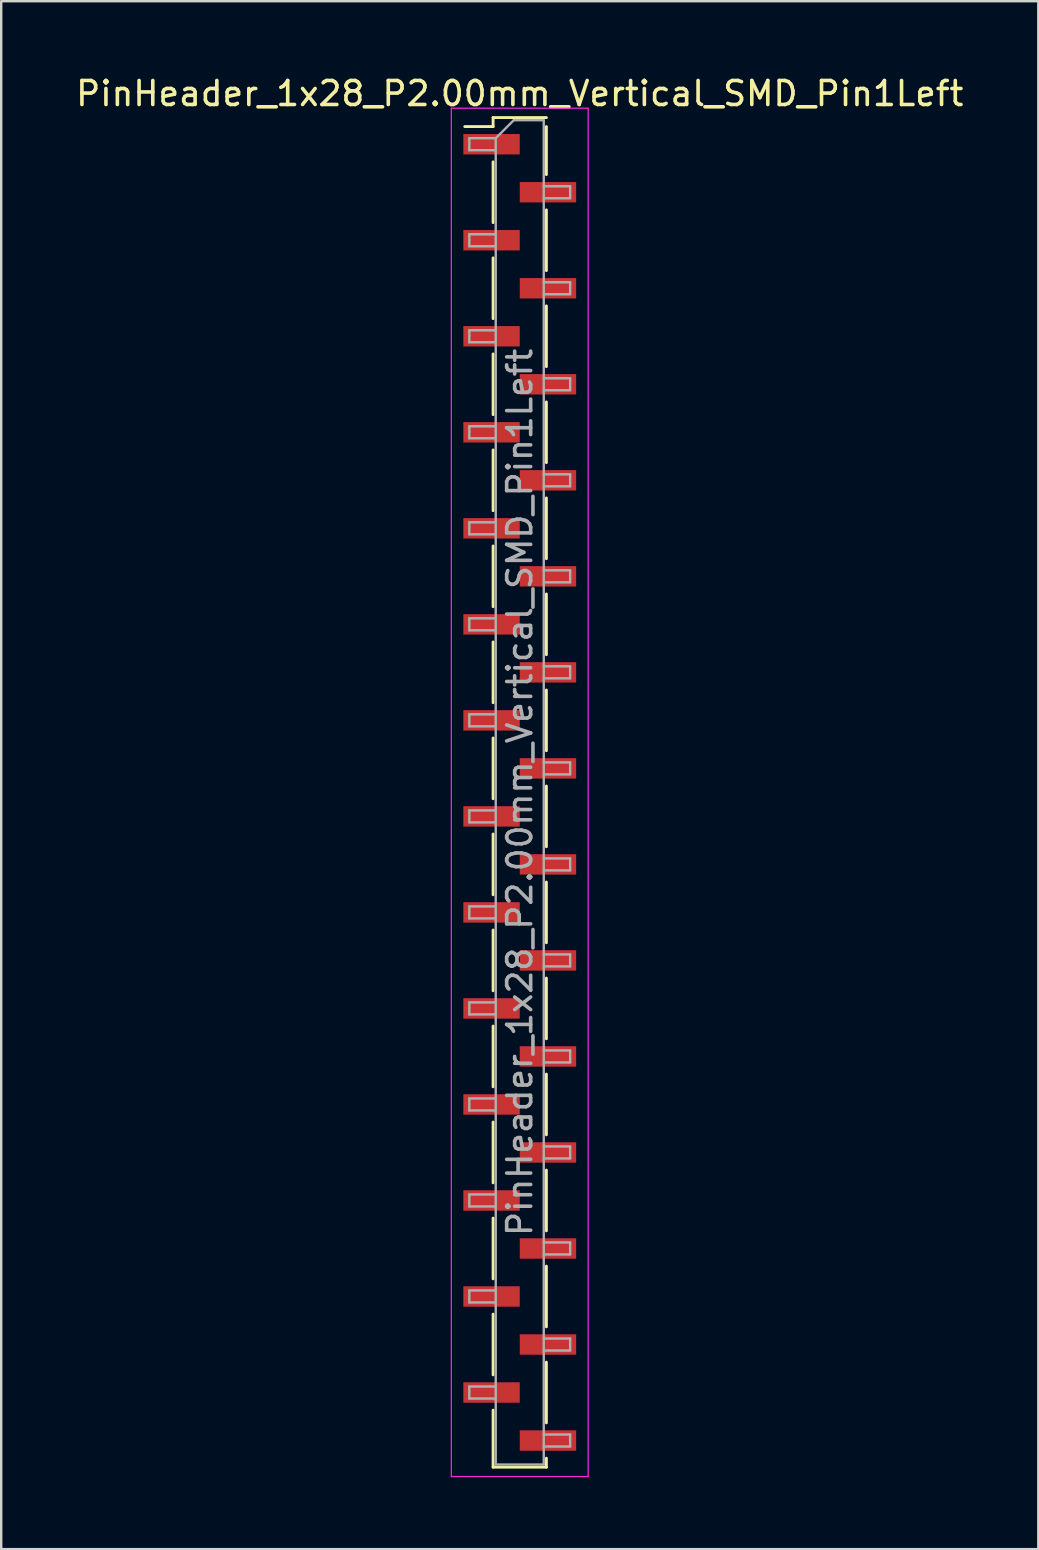
<source format=kicad_pcb>
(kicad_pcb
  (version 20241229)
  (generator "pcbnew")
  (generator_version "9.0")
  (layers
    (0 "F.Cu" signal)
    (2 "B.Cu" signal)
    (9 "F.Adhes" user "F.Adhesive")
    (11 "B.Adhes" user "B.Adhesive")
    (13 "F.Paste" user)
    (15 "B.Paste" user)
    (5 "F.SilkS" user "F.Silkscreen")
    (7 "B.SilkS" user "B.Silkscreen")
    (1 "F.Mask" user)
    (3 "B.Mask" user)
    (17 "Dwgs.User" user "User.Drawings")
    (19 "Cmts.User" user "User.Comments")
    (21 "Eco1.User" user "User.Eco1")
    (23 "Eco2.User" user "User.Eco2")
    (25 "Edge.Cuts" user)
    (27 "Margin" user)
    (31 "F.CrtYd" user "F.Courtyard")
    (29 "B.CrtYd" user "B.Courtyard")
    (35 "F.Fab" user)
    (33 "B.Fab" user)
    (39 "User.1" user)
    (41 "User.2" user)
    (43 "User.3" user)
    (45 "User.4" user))
  (footprint "PinHeader_1x28_P2.00mm_Vertical_SMD_Pin1Left"
    (layer "F.Cu")
    (at 18.601 29.958)
    (property "Reference" "PinHeader_1x28_P2.00mm_Vertical_SMD_Pin1Left" (at 0 -29.11 0) (layer "F.SilkS") (effects (font (size 1 1) (thickness 0.15))))
    (attr smd)
    (fp_line (start -1.11 -28.11) (end -1.11 -27.735) (stroke (width 0.12) (type solid)) (layer "F.SilkS"))
    (fp_line (start -1.11 -28.11) (end 1.11 -28.11) (stroke (width 0.12) (type solid)) (layer "F.SilkS"))
    (fp_line (start -1.11 -27.735) (end -2.29 -27.735) (stroke (width 0.12) (type solid)) (layer "F.SilkS"))
    (fp_line (start -1.11 -26.265) (end -1.11 -23.735) (stroke (width 0.12) (type solid)) (layer "F.SilkS"))
    (fp_line (start -1.11 -22.265) (end -1.11 -19.735) (stroke (width 0.12) (type solid)) (layer "F.SilkS"))
    (fp_line (start -1.11 -18.265) (end -1.11 -15.735) (stroke (width 0.12) (type solid)) (layer "F.SilkS"))
    (fp_line (start -1.11 -14.265) (end -1.11 -11.735) (stroke (width 0.12) (type solid)) (layer "F.SilkS"))
    (fp_line (start -1.11 -10.265) (end -1.11 -7.735) (stroke (width 0.12) (type solid)) (layer "F.SilkS"))
    (fp_line (start -1.11 -6.265) (end -1.11 -3.735) (stroke (width 0.12) (type solid)) (layer "F.SilkS"))
    (fp_line (start -1.11 -2.265) (end -1.11 0.265) (stroke (width 0.12) (type solid)) (layer "F.SilkS"))
    (fp_line (start -1.11 1.735) (end -1.11 4.265) (stroke (width 0.12) (type solid)) (layer "F.SilkS"))
    (fp_line (start -1.11 5.735) (end -1.11 8.265) (stroke (width 0.12) (type solid)) (layer "F.SilkS"))
    (fp_line (start -1.11 9.735) (end -1.11 12.265) (stroke (width 0.12) (type solid)) (layer "F.SilkS"))
    (fp_line (start -1.11 13.735) (end -1.11 16.265) (stroke (width 0.12) (type solid)) (layer "F.SilkS"))
    (fp_line (start -1.11 17.735) (end -1.11 20.265) (stroke (width 0.12) (type solid)) (layer "F.SilkS"))
    (fp_line (start -1.11 21.735) (end -1.11 24.265) (stroke (width 0.12) (type solid)) (layer "F.SilkS"))
    (fp_line (start -1.11 25.735) (end -1.11 28.11) (stroke (width 0.12) (type solid)) (layer "F.SilkS"))
    (fp_line (start -1.11 28.11) (end 1.11 28.11) (stroke (width 0.12) (type solid)) (layer "F.SilkS"))
    (fp_line (start 1.11 -27.735) (end 1.11 -25.735) (stroke (width 0.12) (type solid)) (layer "F.SilkS"))
    (fp_line (start 1.11 -24.265) (end 1.11 -21.735) (stroke (width 0.12) (type solid)) (layer "F.SilkS"))
    (fp_line (start 1.11 -20.265) (end 1.11 -17.735) (stroke (width 0.12) (type solid)) (layer "F.SilkS"))
    (fp_line (start 1.11 -16.265) (end 1.11 -13.735) (stroke (width 0.12) (type solid)) (layer "F.SilkS"))
    (fp_line (start 1.11 -12.265) (end 1.11 -9.735) (stroke (width 0.12) (type solid)) (layer "F.SilkS"))
    (fp_line (start 1.11 -8.265) (end 1.11 -5.735) (stroke (width 0.12) (type solid)) (layer "F.SilkS"))
    (fp_line (start 1.11 -4.265) (end 1.11 -1.735) (stroke (width 0.12) (type solid)) (layer "F.SilkS"))
    (fp_line (start 1.11 -0.265) (end 1.11 2.265) (stroke (width 0.12) (type solid)) (layer "F.SilkS"))
    (fp_line (start 1.11 3.735) (end 1.11 6.265) (stroke (width 0.12) (type solid)) (layer "F.SilkS"))
    (fp_line (start 1.11 7.735) (end 1.11 10.265) (stroke (width 0.12) (type solid)) (layer "F.SilkS"))
    (fp_line (start 1.11 11.735) (end 1.11 14.265) (stroke (width 0.12) (type solid)) (layer "F.SilkS"))
    (fp_line (start 1.11 15.735) (end 1.11 18.265) (stroke (width 0.12) (type solid)) (layer "F.SilkS"))
    (fp_line (start 1.11 19.735) (end 1.11 22.265) (stroke (width 0.12) (type solid)) (layer "F.SilkS"))
    (fp_line (start 1.11 23.735) (end 1.11 26.265) (stroke (width 0.12) (type solid)) (layer "F.SilkS"))
    (fp_line (start 1.11 27.735) (end 1.11 28.11) (stroke (width 0.12) (type solid)) (layer "F.SilkS"))
    (fp_line (start -2.85 -28.5) (end -2.85 28.5) (stroke (width 0.05) (type solid)) (layer "F.CrtYd"))
    (fp_line (start -2.85 28.5) (end 2.85 28.5) (stroke (width 0.05) (type solid)) (layer "F.CrtYd"))
    (fp_line (start 2.85 -28.5) (end -2.85 -28.5) (stroke (width 0.05) (type solid)) (layer "F.CrtYd"))
    (fp_line (start 2.85 28.5) (end 2.85 -28.5) (stroke (width 0.05) (type solid)) (layer "F.CrtYd"))
    (fp_line (start -2.1 -27.25) (end -2.1 -26.75) (stroke (width 0.1) (type solid)) (layer "F.Fab"))
    (fp_line (start -2.1 -26.75) (end -1 -26.75) (stroke (width 0.1) (type solid)) (layer "F.Fab"))
    (fp_line (start -2.1 -23.25) (end -2.1 -22.75) (stroke (width 0.1) (type solid)) (layer "F.Fab"))
    (fp_line (start -2.1 -22.75) (end -1 -22.75) (stroke (width 0.1) (type solid)) (layer "F.Fab"))
    (fp_line (start -2.1 -19.25) (end -2.1 -18.75) (stroke (width 0.1) (type solid)) (layer "F.Fab"))
    (fp_line (start -2.1 -18.75) (end -1 -18.75) (stroke (width 0.1) (type solid)) (layer "F.Fab"))
    (fp_line (start -2.1 -15.25) (end -2.1 -14.75) (stroke (width 0.1) (type solid)) (layer "F.Fab"))
    (fp_line (start -2.1 -14.75) (end -1 -14.75) (stroke (width 0.1) (type solid)) (layer "F.Fab"))
    (fp_line (start -2.1 -11.25) (end -2.1 -10.75) (stroke (width 0.1) (type solid)) (layer "F.Fab"))
    (fp_line (start -2.1 -10.75) (end -1 -10.75) (stroke (width 0.1) (type solid)) (layer "F.Fab"))
    (fp_line (start -2.1 -7.25) (end -2.1 -6.75) (stroke (width 0.1) (type solid)) (layer "F.Fab"))
    (fp_line (start -2.1 -6.75) (end -1 -6.75) (stroke (width 0.1) (type solid)) (layer "F.Fab"))
    (fp_line (start -2.1 -3.25) (end -2.1 -2.75) (stroke (width 0.1) (type solid)) (layer "F.Fab"))
    (fp_line (start -2.1 -2.75) (end -1 -2.75) (stroke (width 0.1) (type solid)) (layer "F.Fab"))
    (fp_line (start -2.1 0.75) (end -2.1 1.25) (stroke (width 0.1) (type solid)) (layer "F.Fab"))
    (fp_line (start -2.1 1.25) (end -1 1.25) (stroke (width 0.1) (type solid)) (layer "F.Fab"))
    (fp_line (start -2.1 4.75) (end -2.1 5.25) (stroke (width 0.1) (type solid)) (layer "F.Fab"))
    (fp_line (start -2.1 5.25) (end -1 5.25) (stroke (width 0.1) (type solid)) (layer "F.Fab"))
    (fp_line (start -2.1 8.75) (end -2.1 9.25) (stroke (width 0.1) (type solid)) (layer "F.Fab"))
    (fp_line (start -2.1 9.25) (end -1 9.25) (stroke (width 0.1) (type solid)) (layer "F.Fab"))
    (fp_line (start -2.1 12.75) (end -2.1 13.25) (stroke (width 0.1) (type solid)) (layer "F.Fab"))
    (fp_line (start -2.1 13.25) (end -1 13.25) (stroke (width 0.1) (type solid)) (layer "F.Fab"))
    (fp_line (start -2.1 16.75) (end -2.1 17.25) (stroke (width 0.1) (type solid)) (layer "F.Fab"))
    (fp_line (start -2.1 17.25) (end -1 17.25) (stroke (width 0.1) (type solid)) (layer "F.Fab"))
    (fp_line (start -2.1 20.75) (end -2.1 21.25) (stroke (width 0.1) (type solid)) (layer "F.Fab"))
    (fp_line (start -2.1 21.25) (end -1 21.25) (stroke (width 0.1) (type solid)) (layer "F.Fab"))
    (fp_line (start -2.1 24.75) (end -2.1 25.25) (stroke (width 0.1) (type solid)) (layer "F.Fab"))
    (fp_line (start -2.1 25.25) (end -1 25.25) (stroke (width 0.1) (type solid)) (layer "F.Fab"))
    (fp_line (start -1 -27.25) (end -2.1 -27.25) (stroke (width 0.1) (type solid)) (layer "F.Fab"))
    (fp_line (start -1 -27.25) (end -0.25 -28) (stroke (width 0.1) (type solid)) (layer "F.Fab"))
    (fp_line (start -1 -23.25) (end -2.1 -23.25) (stroke (width 0.1) (type solid)) (layer "F.Fab"))
    (fp_line (start -1 -19.25) (end -2.1 -19.25) (stroke (width 0.1) (type solid)) (layer "F.Fab"))
    (fp_line (start -1 -15.25) (end -2.1 -15.25) (stroke (width 0.1) (type solid)) (layer "F.Fab"))
    (fp_line (start -1 -11.25) (end -2.1 -11.25) (stroke (width 0.1) (type solid)) (layer "F.Fab"))
    (fp_line (start -1 -7.25) (end -2.1 -7.25) (stroke (width 0.1) (type solid)) (layer "F.Fab"))
    (fp_line (start -1 -3.25) (end -2.1 -3.25) (stroke (width 0.1) (type solid)) (layer "F.Fab"))
    (fp_line (start -1 0.75) (end -2.1 0.75) (stroke (width 0.1) (type solid)) (layer "F.Fab"))
    (fp_line (start -1 4.75) (end -2.1 4.75) (stroke (width 0.1) (type solid)) (layer "F.Fab"))
    (fp_line (start -1 8.75) (end -2.1 8.75) (stroke (width 0.1) (type solid)) (layer "F.Fab"))
    (fp_line (start -1 12.75) (end -2.1 12.75) (stroke (width 0.1) (type solid)) (layer "F.Fab"))
    (fp_line (start -1 16.75) (end -2.1 16.75) (stroke (width 0.1) (type solid)) (layer "F.Fab"))
    (fp_line (start -1 20.75) (end -2.1 20.75) (stroke (width 0.1) (type solid)) (layer "F.Fab"))
    (fp_line (start -1 24.75) (end -2.1 24.75) (stroke (width 0.1) (type solid)) (layer "F.Fab"))
    (fp_line (start -1 28) (end -1 -27.25) (stroke (width 0.1) (type solid)) (layer "F.Fab"))
    (fp_line (start -0.25 -28) (end 1 -28) (stroke (width 0.1) (type solid)) (layer "F.Fab"))
    (fp_line (start 1 -28) (end 1 28) (stroke (width 0.1) (type solid)) (layer "F.Fab"))
    (fp_line (start 1 -25.25) (end 2.1 -25.25) (stroke (width 0.1) (type solid)) (layer "F.Fab"))
    (fp_line (start 1 -21.25) (end 2.1 -21.25) (stroke (width 0.1) (type solid)) (layer "F.Fab"))
    (fp_line (start 1 -17.25) (end 2.1 -17.25) (stroke (width 0.1) (type solid)) (layer "F.Fab"))
    (fp_line (start 1 -13.25) (end 2.1 -13.25) (stroke (width 0.1) (type solid)) (layer "F.Fab"))
    (fp_line (start 1 -9.25) (end 2.1 -9.25) (stroke (width 0.1) (type solid)) (layer "F.Fab"))
    (fp_line (start 1 -5.25) (end 2.1 -5.25) (stroke (width 0.1) (type solid)) (layer "F.Fab"))
    (fp_line (start 1 -1.25) (end 2.1 -1.25) (stroke (width 0.1) (type solid)) (layer "F.Fab"))
    (fp_line (start 1 2.75) (end 2.1 2.75) (stroke (width 0.1) (type solid)) (layer "F.Fab"))
    (fp_line (start 1 6.75) (end 2.1 6.75) (stroke (width 0.1) (type solid)) (layer "F.Fab"))
    (fp_line (start 1 10.75) (end 2.1 10.75) (stroke (width 0.1) (type solid)) (layer "F.Fab"))
    (fp_line (start 1 14.75) (end 2.1 14.75) (stroke (width 0.1) (type solid)) (layer "F.Fab"))
    (fp_line (start 1 18.75) (end 2.1 18.75) (stroke (width 0.1) (type solid)) (layer "F.Fab"))
    (fp_line (start 1 22.75) (end 2.1 22.75) (stroke (width 0.1) (type solid)) (layer "F.Fab"))
    (fp_line (start 1 26.75) (end 2.1 26.75) (stroke (width 0.1) (type solid)) (layer "F.Fab"))
    (fp_line (start 1 28) (end -1 28) (stroke (width 0.1) (type solid)) (layer "F.Fab"))
    (fp_line (start 2.1 -25.25) (end 2.1 -24.75) (stroke (width 0.1) (type solid)) (layer "F.Fab"))
    (fp_line (start 2.1 -24.75) (end 1 -24.75) (stroke (width 0.1) (type solid)) (layer "F.Fab"))
    (fp_line (start 2.1 -21.25) (end 2.1 -20.75) (stroke (width 0.1) (type solid)) (layer "F.Fab"))
    (fp_line (start 2.1 -20.75) (end 1 -20.75) (stroke (width 0.1) (type solid)) (layer "F.Fab"))
    (fp_line (start 2.1 -17.25) (end 2.1 -16.75) (stroke (width 0.1) (type solid)) (layer "F.Fab"))
    (fp_line (start 2.1 -16.75) (end 1 -16.75) (stroke (width 0.1) (type solid)) (layer "F.Fab"))
    (fp_line (start 2.1 -13.25) (end 2.1 -12.75) (stroke (width 0.1) (type solid)) (layer "F.Fab"))
    (fp_line (start 2.1 -12.75) (end 1 -12.75) (stroke (width 0.1) (type solid)) (layer "F.Fab"))
    (fp_line (start 2.1 -9.25) (end 2.1 -8.75) (stroke (width 0.1) (type solid)) (layer "F.Fab"))
    (fp_line (start 2.1 -8.75) (end 1 -8.75) (stroke (width 0.1) (type solid)) (layer "F.Fab"))
    (fp_line (start 2.1 -5.25) (end 2.1 -4.75) (stroke (width 0.1) (type solid)) (layer "F.Fab"))
    (fp_line (start 2.1 -4.75) (end 1 -4.75) (stroke (width 0.1) (type solid)) (layer "F.Fab"))
    (fp_line (start 2.1 -1.25) (end 2.1 -0.75) (stroke (width 0.1) (type solid)) (layer "F.Fab"))
    (fp_line (start 2.1 -0.75) (end 1 -0.75) (stroke (width 0.1) (type solid)) (layer "F.Fab"))
    (fp_line (start 2.1 2.75) (end 2.1 3.25) (stroke (width 0.1) (type solid)) (layer "F.Fab"))
    (fp_line (start 2.1 3.25) (end 1 3.25) (stroke (width 0.1) (type solid)) (layer "F.Fab"))
    (fp_line (start 2.1 6.75) (end 2.1 7.25) (stroke (width 0.1) (type solid)) (layer "F.Fab"))
    (fp_line (start 2.1 7.25) (end 1 7.25) (stroke (width 0.1) (type solid)) (layer "F.Fab"))
    (fp_line (start 2.1 10.75) (end 2.1 11.25) (stroke (width 0.1) (type solid)) (layer "F.Fab"))
    (fp_line (start 2.1 11.25) (end 1 11.25) (stroke (width 0.1) (type solid)) (layer "F.Fab"))
    (fp_line (start 2.1 14.75) (end 2.1 15.25) (stroke (width 0.1) (type solid)) (layer "F.Fab"))
    (fp_line (start 2.1 15.25) (end 1 15.25) (stroke (width 0.1) (type solid)) (layer "F.Fab"))
    (fp_line (start 2.1 18.75) (end 2.1 19.25) (stroke (width 0.1) (type solid)) (layer "F.Fab"))
    (fp_line (start 2.1 19.25) (end 1 19.25) (stroke (width 0.1) (type solid)) (layer "F.Fab"))
    (fp_line (start 2.1 22.75) (end 2.1 23.25) (stroke (width 0.1) (type solid)) (layer "F.Fab"))
    (fp_line (start 2.1 23.25) (end 1 23.25) (stroke (width 0.1) (type solid)) (layer "F.Fab"))
    (fp_line (start 2.1 26.75) (end 2.1 27.25) (stroke (width 0.1) (type solid)) (layer "F.Fab"))
    (fp_line (start 2.1 27.25) (end 1 27.25) (stroke (width 0.1) (type solid)) (layer "F.Fab"))
    (fp_text user "${REFERENCE}" (at 0 0 90) (layer "F.Fab") (effects (font (size 1 1) (thickness 0.15))))
    (pad "1" smd rect (at -1.175 -27) (size 2.35 0.85) (layers "F.Cu" "F.Mask" "F.Paste"))
    (pad "2" smd rect (at 1.175 -25) (size 2.35 0.85) (layers "F.Cu" "F.Mask" "F.Paste"))
    (pad "3" smd rect (at -1.175 -23) (size 2.35 0.85) (layers "F.Cu" "F.Mask" "F.Paste"))
    (pad "4" smd rect (at 1.175 -21) (size 2.35 0.85) (layers "F.Cu" "F.Mask" "F.Paste"))
    (pad "5" smd rect (at -1.175 -19) (size 2.35 0.85) (layers "F.Cu" "F.Mask" "F.Paste"))
    (pad "6" smd rect (at 1.175 -17) (size 2.35 0.85) (layers "F.Cu" "F.Mask" "F.Paste"))
    (pad "7" smd rect (at -1.175 -15) (size 2.35 0.85) (layers "F.Cu" "F.Mask" "F.Paste"))
    (pad "8" smd rect (at 1.175 -13) (size 2.35 0.85) (layers "F.Cu" "F.Mask" "F.Paste"))
    (pad "9" smd rect (at -1.175 -11) (size 2.35 0.85) (layers "F.Cu" "F.Mask" "F.Paste"))
    (pad "10" smd rect (at 1.175 -9) (size 2.35 0.85) (layers "F.Cu" "F.Mask" "F.Paste"))
    (pad "11" smd rect (at -1.175 -7) (size 2.35 0.85) (layers "F.Cu" "F.Mask" "F.Paste"))
    (pad "12" smd rect (at 1.175 -5) (size 2.35 0.85) (layers "F.Cu" "F.Mask" "F.Paste"))
    (pad "13" smd rect (at -1.175 -3) (size 2.35 0.85) (layers "F.Cu" "F.Mask" "F.Paste"))
    (pad "14" smd rect (at 1.175 -1) (size 2.35 0.85) (layers "F.Cu" "F.Mask" "F.Paste"))
    (pad "15" smd rect (at -1.175 1) (size 2.35 0.85) (layers "F.Cu" "F.Mask" "F.Paste"))
    (pad "16" smd rect (at 1.175 3) (size 2.35 0.85) (layers "F.Cu" "F.Mask" "F.Paste"))
    (pad "17" smd rect (at -1.175 5) (size 2.35 0.85) (layers "F.Cu" "F.Mask" "F.Paste"))
    (pad "18" smd rect (at 1.175 7) (size 2.35 0.85) (layers "F.Cu" "F.Mask" "F.Paste"))
    (pad "19" smd rect (at -1.175 9) (size 2.35 0.85) (layers "F.Cu" "F.Mask" "F.Paste"))
    (pad "20" smd rect (at 1.175 11) (size 2.35 0.85) (layers "F.Cu" "F.Mask" "F.Paste"))
    (pad "21" smd rect (at -1.175 13) (size 2.35 0.85) (layers "F.Cu" "F.Mask" "F.Paste"))
    (pad "22" smd rect (at 1.175 15) (size 2.35 0.85) (layers "F.Cu" "F.Mask" "F.Paste"))
    (pad "23" smd rect (at -1.175 17) (size 2.35 0.85) (layers "F.Cu" "F.Mask" "F.Paste"))
    (pad "24" smd rect (at 1.175 19) (size 2.35 0.85) (layers "F.Cu" "F.Mask" "F.Paste"))
    (pad "25" smd rect (at -1.175 21) (size 2.35 0.85) (layers "F.Cu" "F.Mask" "F.Paste"))
    (pad "26" smd rect (at 1.175 23) (size 2.35 0.85) (layers "F.Cu" "F.Mask" "F.Paste"))
    (pad "27" smd rect (at -1.175 25) (size 2.35 0.85) (layers "F.Cu" "F.Mask" "F.Paste"))
    (pad "28" smd rect (at 1.175 27) (size 2.35 0.85) (layers "F.Cu" "F.Mask" "F.Paste")))
  (gr_rect
    (start -3 -3)
    (end 40.202 61.483)
    (stroke (width 0.1) (type default))
    (fill no)
    (layer "Edge.Cuts")))
</source>
